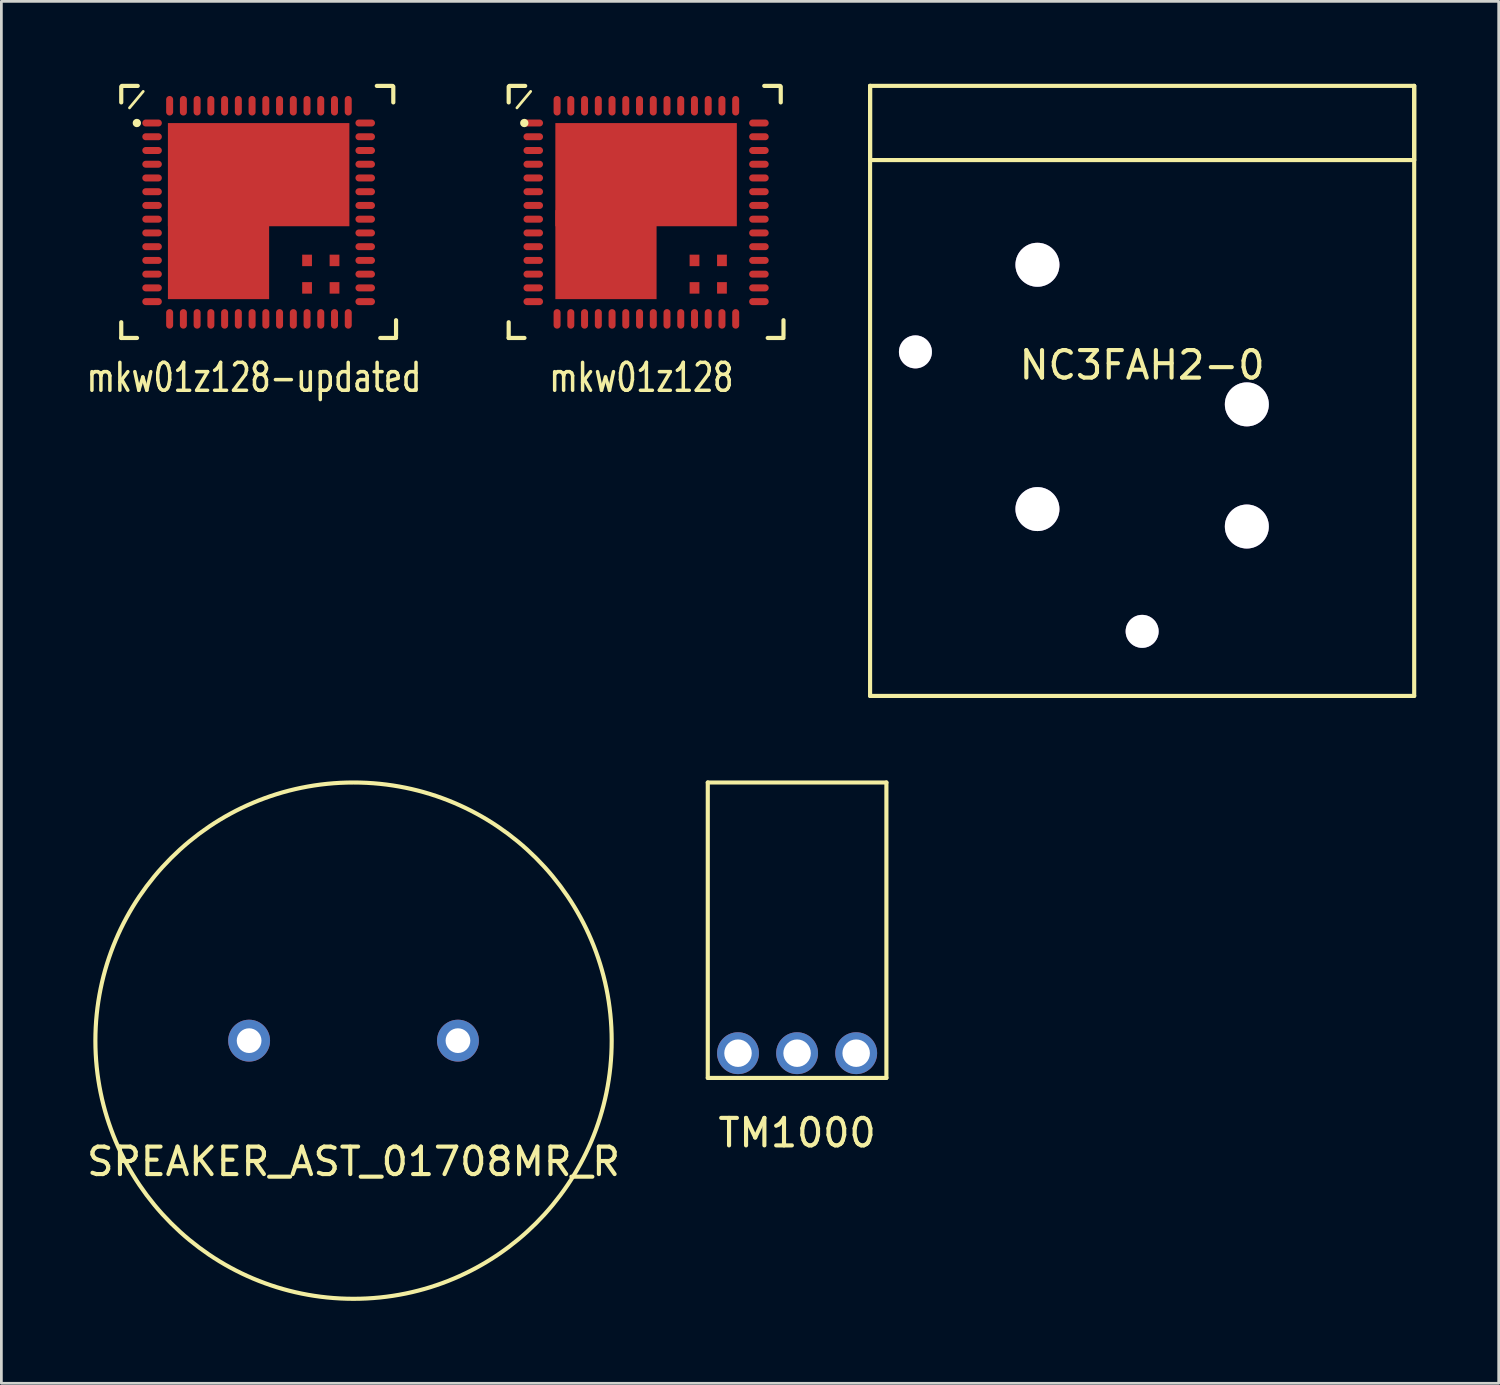
<source format=kicad_pcb>
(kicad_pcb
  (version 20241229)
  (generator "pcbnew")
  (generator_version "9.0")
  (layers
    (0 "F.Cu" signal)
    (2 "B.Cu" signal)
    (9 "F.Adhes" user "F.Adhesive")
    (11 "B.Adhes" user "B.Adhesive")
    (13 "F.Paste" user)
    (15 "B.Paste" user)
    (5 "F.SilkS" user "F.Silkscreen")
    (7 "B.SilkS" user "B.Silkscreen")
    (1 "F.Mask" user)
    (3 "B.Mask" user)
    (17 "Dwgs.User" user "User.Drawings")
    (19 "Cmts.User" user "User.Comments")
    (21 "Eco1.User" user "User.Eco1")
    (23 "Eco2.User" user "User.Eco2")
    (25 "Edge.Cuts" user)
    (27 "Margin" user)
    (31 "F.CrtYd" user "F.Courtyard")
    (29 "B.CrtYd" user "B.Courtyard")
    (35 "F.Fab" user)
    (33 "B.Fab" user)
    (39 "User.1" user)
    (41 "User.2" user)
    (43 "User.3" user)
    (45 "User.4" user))
  (footprint "NC3FAH2-0"
    (layer "F.Cu")
    (at 38.512 2.775)
    (property "Reference" "NC3FAH2-0" (at 0 7.46 0) (layer "F.SilkS") (effects (font (size 1 1) (thickness 0.15))))
    (attr through_hole)
    (fp_line (start -9.9 -2.7) (end -9.9 0) (stroke (width 0.15) (type solid)) (layer "F.SilkS"))
    (fp_line (start -9.9 -2.7) (end -9.9 19.5) (stroke (width 0.15) (type solid)) (layer "F.SilkS"))
    (fp_line (start -9.9 -2.7) (end 9.9 -2.7) (stroke (width 0.15) (type solid)) (layer "F.SilkS"))
    (fp_line (start -9.9 0) (end 9.9 0) (stroke (width 0.15) (type solid)) (layer "F.SilkS"))
    (fp_line (start -9.9 19.5) (end 9.9 19.5) (stroke (width 0.15) (type solid)) (layer "F.SilkS"))
    (fp_line (start 9.9 -2.7) (end 9.9 0) (stroke (width 0.15) (type solid)) (layer "F.SilkS"))
    (fp_line (start 9.9 -2.7) (end 9.9 19.5) (stroke (width 0.15) (type solid)) (layer "F.SilkS"))
    (pad "" thru_hole circle (at -3.81 3.81) (size 1.6 1.6) (drill 1.6) (layers "*.Cu" "*.Mask"))
    (pad "" thru_hole circle (at 3.81 8.89) (size 1.6 1.6) (drill 1.6) (layers "*.Cu" "*.Mask"))
    (pad "1" thru_hole circle (at -3.81 12.7) (size 1.6 1.6) (drill 1.6) (layers "*.Cu" "*.Mask"))
    (pad "2" thru_hole circle (at 3.81 13.335) (size 1.6 1.6) (drill 1.6) (layers "*.Cu" "*.Mask"))
    (pad "3" thru_hole circle (at 0 17.15) (size 1.2 1.2) (drill 1.2) (layers "*.Cu" "*.Mask"))
    (pad "G" thru_hole circle (at -8.25 6.98) (size 1.2 1.2) (drill 1.2) (layers "*.Cu" "*.Mask")))
  (footprint "TM1000"
    (layer "F.Cu")
    (at 25.956 35.275)
    (property "Reference" "TM1000" (at 0 2.9 0) (layer "F.SilkS") (effects (font (size 1 1) (thickness 0.15))))
    (attr through_hole)
    (fp_line (start -3.25 -9.85) (end 3.25 -9.85) (stroke (width 0.15) (type solid)) (layer "F.SilkS"))
    (fp_line (start -3.25 0.9) (end -3.25 -9.85) (stroke (width 0.15) (type solid)) (layer "F.SilkS"))
    (fp_line (start -3.25 0.9) (end 3.25 0.9) (stroke (width 0.15) (type solid)) (layer "F.SilkS"))
    (fp_line (start 3.25 0.9) (end 3.25 -9.85) (stroke (width 0.15) (type solid)) (layer "F.SilkS"))
    (pad "1" thru_hole circle (at -2.15 0) (size 1.524 1.524) (drill 1) (layers "*.Cu" "*.Mask"))
    (pad "2" thru_hole circle (at 0 0) (size 1.524 1.524) (drill 1) (layers "*.Cu" "*.Mask"))
    (pad "3" thru_hole circle (at 2.15 0) (size 1.524 1.524) (drill 1) (layers "*.Cu" "*.Mask")))
  (footprint "mkw01z128-updated"
    (layer "F.Cu")
    (at 6.362 4.676)
    (property "Reference" "mkw01z128-updated" (at -0.17 6.012 0) (layer "F.SilkS") (effects (font (size 1.016 0.762) (thickness 0.127))))
    (attr through_hole)
    (fp_line (start -5 -4) (end -5 -4.574) (stroke (width 0.152) (type solid)) (layer "F.SilkS"))
    (fp_line (start -5 4) (end -5 4.574) (stroke (width 0.152) (type solid)) (layer "F.SilkS"))
    (fp_line (start -5 4.572) (end -4.426 4.572) (stroke (width 0.152) (type solid)) (layer "F.SilkS"))
    (fp_line (start -4.4 -4.6) (end -4.974 -4.6) (stroke (width 0.152) (type solid)) (layer "F.SilkS"))
    (fp_line (start -4.2 -4.4) (end -4.7 -3.8) (stroke (width 0.1) (type solid)) (layer "F.SilkS"))
    (fp_line (start 4.426 4.572) (end 5 4.572) (stroke (width 0.152) (type solid)) (layer "F.SilkS"))
    (fp_line (start 4.874 -4.6) (end 4.3 -4.6) (stroke (width 0.152) (type solid)) (layer "F.SilkS"))
    (fp_line (start 4.9 -4) (end 4.9 -4.574) (stroke (width 0.152) (type solid)) (layer "F.SilkS"))
    (fp_line (start 5 4.5) (end 5 3.926) (stroke (width 0.152) (type solid)) (layer "F.SilkS"))
    (fp_arc (start -4.508246 -3.24993) (mid -4.355846 -3.24993) (end -4.508246 -3.24993) (stroke (width 0.1524) (type solid)) (layer "F.SilkS"))
    (pad "" smd rect (at -2.181 0.645) (size 1.024 1.024) (layers "F.Paste"))
    (pad "" smd rect (at -2.181 2.029) (size 1.024 1.024) (layers "F.Paste"))
    (pad "" smd rect (at -1.46 1.54) (size 3.683 3.239) (layers "F.Cu"))
    (pad "" smd rect (at -0.796 0.645) (size 1.024 1.024) (layers "F.Paste"))
    (pad "" smd rect (at -0.796 2.029) (size 1.024 1.024) (layers "F.Paste"))
    (pad "" smd rect (at 0 -1.37) (size 6.604 3.754) (layers "F.Cu"))
    (pad "" smd rect (at 0.761 -2.286) (size 0.925 0.925) (layers "F.Paste"))
    (pad "" smd rect (at 0.761 -0.762) (size 0.925 0.925) (layers "F.Paste"))
    (pad "" smd rect (at 2.148 -2.286) (size 0.925 0.925) (layers "F.Paste"))
    (pad "" smd rect (at 2.148 -0.762) (size 0.925 0.925) (layers "F.Paste"))
    (pad "1" smd oval (at -3.878 -3.25) (size 0.711 0.254) (layers "F.Cu" "F.Mask" "F.Paste"))
    (pad "2" smd oval (at -3.878 -2.75) (size 0.711 0.254) (layers "F.Cu" "F.Mask" "F.Paste"))
    (pad "3" smd oval (at -3.878 -2.25) (size 0.711 0.254) (layers "F.Cu" "F.Mask" "F.Paste"))
    (pad "4" smd oval (at -3.878 -1.75) (size 0.711 0.254) (layers "F.Cu" "F.Mask" "F.Paste"))
    (pad "5" smd oval (at -3.878 -1.25) (size 0.711 0.254) (layers "F.Cu" "F.Mask" "F.Paste"))
    (pad "6" smd oval (at -3.878 -0.75) (size 0.711 0.254) (layers "F.Cu" "F.Mask" "F.Paste"))
    (pad "7" smd oval (at -3.878 -0.25) (size 0.711 0.254) (layers "F.Cu" "F.Mask" "F.Paste"))
    (pad "8" smd oval (at -3.878 0.25) (size 0.711 0.254) (layers "F.Cu" "F.Mask" "F.Paste"))
    (pad "9" smd oval (at -3.878 0.75) (size 0.711 0.254) (layers "F.Cu" "F.Mask" "F.Paste"))
    (pad "10" smd oval (at -3.878 1.25) (size 0.711 0.254) (layers "F.Cu" "F.Mask" "F.Paste"))
    (pad "11" smd oval (at -3.878 1.75) (size 0.711 0.254) (layers "F.Cu" "F.Mask" "F.Paste"))
    (pad "12" smd oval (at -3.878 2.25) (size 0.711 0.254) (layers "F.Cu" "F.Mask" "F.Paste"))
    (pad "13" smd oval (at -3.878 2.75) (size 0.711 0.254) (layers "F.Cu" "F.Mask" "F.Paste"))
    (pad "14" smd oval (at -3.878 3.25) (size 0.711 0.254) (layers "F.Cu" "F.Mask" "F.Paste"))
    (pad "15" smd oval (at -3.239 3.878) (size 0.254 0.711) (layers "F.Cu" "F.Mask" "F.Paste"))
    (pad "16" smd oval (at -2.739 3.878) (size 0.254 0.711) (layers "F.Cu" "F.Mask" "F.Paste"))
    (pad "17" smd oval (at -2.239 3.878) (size 0.254 0.711) (layers "F.Cu" "F.Mask" "F.Paste"))
    (pad "18" smd oval (at -1.738 3.878) (size 0.254 0.711) (layers "F.Cu" "F.Mask" "F.Paste"))
    (pad "19" smd oval (at -1.238 3.878) (size 0.254 0.711) (layers "F.Cu" "F.Mask" "F.Paste"))
    (pad "20" smd oval (at -0.739 3.878) (size 0.254 0.711) (layers "F.Cu" "F.Mask" "F.Paste"))
    (pad "21" smd oval (at -0.238 3.878) (size 0.254 0.711) (layers "F.Cu" "F.Mask" "F.Paste"))
    (pad "22" smd oval (at 0.262 3.878) (size 0.254 0.711) (layers "F.Cu" "F.Mask" "F.Paste"))
    (pad "23" smd oval (at 0.761 3.878) (size 0.254 0.711) (layers "F.Cu" "F.Mask" "F.Paste"))
    (pad "24" smd oval (at 1.262 3.878) (size 0.254 0.711) (layers "F.Cu" "F.Mask" "F.Paste"))
    (pad "25" smd oval (at 1.762 3.878) (size 0.254 0.711) (layers "F.Cu" "F.Mask" "F.Paste"))
    (pad "26" smd oval (at 2.261 3.878) (size 0.254 0.711) (layers "F.Cu" "F.Mask" "F.Paste"))
    (pad "27" smd oval (at 2.761 3.878) (size 0.254 0.711) (layers "F.Cu" "F.Mask" "F.Paste"))
    (pad "28" smd oval (at 3.261 3.878) (size 0.254 0.711) (layers "F.Cu" "F.Mask" "F.Paste"))
    (pad "29" smd oval (at 3.878 3.25) (size 0.711 0.254) (layers "F.Cu" "F.Mask" "F.Paste"))
    (pad "30" smd oval (at 3.878 2.75) (size 0.711 0.254) (layers "F.Cu" "F.Mask" "F.Paste"))
    (pad "31" smd oval (at 3.878 2.25) (size 0.711 0.254) (layers "F.Cu" "F.Mask" "F.Paste"))
    (pad "32" smd oval (at 3.878 1.75) (size 0.711 0.254) (layers "F.Cu" "F.Mask" "F.Paste"))
    (pad "33" smd oval (at 3.878 1.25) (size 0.711 0.254) (layers "F.Cu" "F.Mask" "F.Paste"))
    (pad "34" smd oval (at 3.878 0.75) (size 0.711 0.254) (layers "F.Cu" "F.Mask" "F.Paste"))
    (pad "35" smd oval (at 3.878 0.25) (size 0.711 0.254) (layers "F.Cu" "F.Mask" "F.Paste"))
    (pad "36" smd oval (at 3.878 -0.25) (size 0.711 0.254) (layers "F.Cu" "F.Mask" "F.Paste"))
    (pad "37" smd oval (at 3.878 -0.75) (size 0.711 0.254) (layers "F.Cu" "F.Mask" "F.Paste"))
    (pad "38" smd oval (at 3.878 -1.25) (size 0.711 0.254) (layers "F.Cu" "F.Mask" "F.Paste"))
    (pad "39" smd oval (at 3.878 -1.75) (size 0.711 0.254) (layers "F.Cu" "F.Mask" "F.Paste"))
    (pad "40" smd oval (at 3.878 -2.25) (size 0.711 0.254) (layers "F.Cu" "F.Mask" "F.Paste"))
    (pad "41" smd oval (at 3.878 -2.75) (size 0.711 0.254) (layers "F.Cu" "F.Mask" "F.Paste"))
    (pad "42" smd oval (at 3.878 -3.25) (size 0.711 0.254) (layers "F.Cu" "F.Mask" "F.Paste"))
    (pad "43" smd oval (at 3.26 -3.878) (size 0.254 0.711) (layers "F.Cu" "F.Mask" "F.Paste"))
    (pad "44" smd oval (at 2.76 -3.878) (size 0.254 0.711) (layers "F.Cu" "F.Mask" "F.Paste"))
    (pad "45" smd oval (at 2.26 -3.878) (size 0.254 0.711) (layers "F.Cu" "F.Mask" "F.Paste"))
    (pad "46" smd oval (at 1.76 -3.878) (size 0.254 0.711) (layers "F.Cu" "F.Mask" "F.Paste"))
    (pad "47" smd oval (at 1.261 -3.878) (size 0.254 0.711) (layers "F.Cu" "F.Mask" "F.Paste"))
    (pad "48" smd oval (at 0.761 -3.878) (size 0.254 0.711) (layers "F.Cu" "F.Mask" "F.Paste"))
    (pad "49" smd oval (at 0.261 -3.878) (size 0.254 0.711) (layers "F.Cu" "F.Mask" "F.Paste"))
    (pad "50" smd oval (at -0.239 -3.878) (size 0.254 0.711) (layers "F.Cu" "F.Mask" "F.Paste"))
    (pad "51" smd oval (at -0.739 -3.878) (size 0.254 0.711) (layers "F.Cu" "F.Mask" "F.Paste"))
    (pad "52" smd oval (at -1.239 -3.878) (size 0.254 0.711) (layers "F.Cu" "F.Mask" "F.Paste"))
    (pad "53" smd oval (at -1.739 -3.878) (size 0.254 0.711) (layers "F.Cu" "F.Mask" "F.Paste"))
    (pad "54" smd oval (at -2.239 -3.878) (size 0.254 0.711) (layers "F.Cu" "F.Mask" "F.Paste"))
    (pad "55" smd oval (at -2.739 -3.878) (size 0.254 0.711) (layers "F.Cu" "F.Mask" "F.Paste"))
    (pad "56" smd oval (at -3.239 -3.878) (size 0.254 0.711) (layers "F.Cu" "F.Mask" "F.Paste"))
    (pad "57" smd rect (at 1.762 1.75) (size 0.356 0.418) (layers "F.Cu" "F.Mask" "F.Paste"))
    (pad "58" smd rect (at 2.761 1.75) (size 0.356 0.418) (layers "F.Cu" "F.Mask" "F.Paste"))
    (pad "59" smd rect (at 1.762 2.75) (size 0.356 0.418) (layers "F.Cu" "F.Mask" "F.Paste"))
    (pad "60" smd rect (at 2.761 2.75) (size 0.356 0.418) (layers "F.Cu" "F.Mask" "F.Paste"))
    (pad "61" smd rect (at -1.5 1.418) (size 2.87 2.87) (layers "F.Cu" "F.Mask"))
    (pad "62" smd rect (at 1.45 -1.55) (size 2.72 2.72) (layers "F.Cu" "F.Mask")))
  (footprint "SPEAKER_AST_01708MR_R"
    (layer "F.Cu")
    (at 9.815 34.819)
    (property "Reference" "SPEAKER_AST_01708MR_R" (at 0 4.4 0) (layer "F.SilkS") (effects (font (size 1 1) (thickness 0.15))))
    (attr through_hole)
    (fp_circle (center 0 0) (end 8.5 4) (stroke (width 0.15) (type solid)) (fill no) (layer "F.SilkS"))
    (pad "1" thru_hole circle (at -3.8 0) (size 1.524 1.524) (drill 0.9) (layers "*.Cu" "*.Mask"))
    (pad "2" thru_hole circle (at 3.8 0) (size 1.524 1.524) (drill 0.9) (layers "*.Cu" "*.Mask")))
  (footprint "mkw01z128"
    (layer "F.Cu")
    (at 20.461 4.676)
    (property "Reference" "mkw01z128" (at -0.17 6.012 0) (layer "F.SilkS") (effects (font (size 1.016 0.762) (thickness 0.127))))
    (attr through_hole)
    (fp_line (start -5 -4) (end -5 -4.574) (stroke (width 0.152) (type solid)) (layer "F.SilkS"))
    (fp_line (start -5 4) (end -5 4.574) (stroke (width 0.152) (type solid)) (layer "F.SilkS"))
    (fp_line (start -5 4.572) (end -4.426 4.572) (stroke (width 0.152) (type solid)) (layer "F.SilkS"))
    (fp_line (start -4.4 -4.6) (end -4.974 -4.6) (stroke (width 0.152) (type solid)) (layer "F.SilkS"))
    (fp_line (start -4.2 -4.4) (end -4.7 -3.8) (stroke (width 0.1) (type solid)) (layer "F.SilkS"))
    (fp_line (start 4.426 4.572) (end 5 4.572) (stroke (width 0.152) (type solid)) (layer "F.SilkS"))
    (fp_line (start 4.874 -4.6) (end 4.3 -4.6) (stroke (width 0.152) (type solid)) (layer "F.SilkS"))
    (fp_line (start 4.9 -4) (end 4.9 -4.574) (stroke (width 0.152) (type solid)) (layer "F.SilkS"))
    (fp_line (start 5 4.5) (end 5 3.926) (stroke (width 0.152) (type solid)) (layer "F.SilkS"))
    (fp_arc (start -4.508246 -3.24993) (mid -4.355846 -3.24993) (end -4.508246 -3.24993) (stroke (width 0.1524) (type solid)) (layer "F.SilkS"))
    (pad "" smd rect (at -2.181 0.645) (size 1.024 1.024) (layers "F.Paste"))
    (pad "" smd rect (at -2.181 2.029) (size 1.024 1.024) (layers "F.Paste"))
    (pad "" smd rect (at -1.46 1.54) (size 3.683 3.239) (layers "F.Cu"))
    (pad "" smd rect (at -0.796 0.645) (size 1.024 1.024) (layers "F.Paste"))
    (pad "" smd rect (at -0.796 2.029) (size 1.024 1.024) (layers "F.Paste"))
    (pad "" smd rect (at 0 -1.37) (size 6.604 3.754) (layers "F.Cu"))
    (pad "" smd rect (at 0.761 -2.286) (size 0.925 0.925) (layers "F.Paste"))
    (pad "" smd rect (at 0.761 -0.762) (size 0.925 0.925) (layers "F.Paste"))
    (pad "" smd rect (at 2.148 -2.286) (size 0.925 0.925) (layers "F.Paste"))
    (pad "" smd rect (at 2.148 -0.762) (size 0.925 0.925) (layers "F.Paste"))
    (pad "1" smd oval (at -4.106 -3.25) (size 0.711 0.254) (layers "F.Cu" "F.Mask" "F.Paste"))
    (pad "2" smd oval (at -4.106 -2.75) (size 0.711 0.254) (layers "F.Cu" "F.Mask" "F.Paste"))
    (pad "3" smd oval (at -4.106 -2.25) (size 0.711 0.254) (layers "F.Cu" "F.Mask" "F.Paste"))
    (pad "4" smd oval (at -4.106 -1.75) (size 0.711 0.254) (layers "F.Cu" "F.Mask" "F.Paste"))
    (pad "5" smd oval (at -4.106 -1.25) (size 0.711 0.254) (layers "F.Cu" "F.Mask" "F.Paste"))
    (pad "6" smd oval (at -4.106 -0.75) (size 0.711 0.254) (layers "F.Cu" "F.Mask" "F.Paste"))
    (pad "7" smd oval (at -4.106 -0.25) (size 0.711 0.254) (layers "F.Cu" "F.Mask" "F.Paste"))
    (pad "8" smd oval (at -4.106 0.25) (size 0.711 0.254) (layers "F.Cu" "F.Mask" "F.Paste"))
    (pad "9" smd oval (at -4.106 0.75) (size 0.711 0.254) (layers "F.Cu" "F.Mask" "F.Paste"))
    (pad "10" smd oval (at -4.106 1.25) (size 0.711 0.254) (layers "F.Cu" "F.Mask" "F.Paste"))
    (pad "11" smd oval (at -4.106 1.75) (size 0.711 0.254) (layers "F.Cu" "F.Mask" "F.Paste"))
    (pad "12" smd oval (at -4.106 2.25) (size 0.711 0.254) (layers "F.Cu" "F.Mask" "F.Paste"))
    (pad "13" smd oval (at -4.106 2.75) (size 0.711 0.254) (layers "F.Cu" "F.Mask" "F.Paste"))
    (pad "14" smd oval (at -4.106 3.25) (size 0.711 0.254) (layers "F.Cu" "F.Mask" "F.Paste"))
    (pad "15" smd oval (at -3.239 3.878) (size 0.254 0.711) (layers "F.Cu" "F.Mask" "F.Paste"))
    (pad "16" smd oval (at -2.739 3.878) (size 0.254 0.711) (layers "F.Cu" "F.Mask" "F.Paste"))
    (pad "17" smd oval (at -2.239 3.878) (size 0.254 0.711) (layers "F.Cu" "F.Mask" "F.Paste"))
    (pad "18" smd oval (at -1.738 3.878) (size 0.254 0.711) (layers "F.Cu" "F.Mask" "F.Paste"))
    (pad "19" smd oval (at -1.238 3.878) (size 0.254 0.711) (layers "F.Cu" "F.Mask" "F.Paste"))
    (pad "20" smd oval (at -0.739 3.878) (size 0.254 0.711) (layers "F.Cu" "F.Mask" "F.Paste"))
    (pad "21" smd oval (at -0.238 3.878) (size 0.254 0.711) (layers "F.Cu" "F.Mask" "F.Paste"))
    (pad "22" smd oval (at 0.262 3.878) (size 0.254 0.711) (layers "F.Cu" "F.Mask" "F.Paste"))
    (pad "23" smd oval (at 0.761 3.878) (size 0.254 0.711) (layers "F.Cu" "F.Mask" "F.Paste"))
    (pad "24" smd oval (at 1.262 3.878) (size 0.254 0.711) (layers "F.Cu" "F.Mask" "F.Paste"))
    (pad "25" smd oval (at 1.762 3.878) (size 0.254 0.711) (layers "F.Cu" "F.Mask" "F.Paste"))
    (pad "26" smd oval (at 2.261 3.878) (size 0.254 0.711) (layers "F.Cu" "F.Mask" "F.Paste"))
    (pad "27" smd oval (at 2.761 3.878) (size 0.254 0.711) (layers "F.Cu" "F.Mask" "F.Paste"))
    (pad "28" smd oval (at 3.261 3.878) (size 0.254 0.711) (layers "F.Cu" "F.Mask" "F.Paste"))
    (pad "29" smd oval (at 4.106 3.25) (size 0.711 0.254) (layers "F.Cu" "F.Mask" "F.Paste"))
    (pad "30" smd oval (at 4.106 2.75) (size 0.711 0.254) (layers "F.Cu" "F.Mask" "F.Paste"))
    (pad "31" smd oval (at 4.106 2.25) (size 0.711 0.254) (layers "F.Cu" "F.Mask" "F.Paste"))
    (pad "32" smd oval (at 4.106 1.75) (size 0.711 0.254) (layers "F.Cu" "F.Mask" "F.Paste"))
    (pad "33" smd oval (at 4.106 1.25) (size 0.711 0.254) (layers "F.Cu" "F.Mask" "F.Paste"))
    (pad "34" smd oval (at 4.106 0.75) (size 0.711 0.254) (layers "F.Cu" "F.Mask" "F.Paste"))
    (pad "35" smd oval (at 4.106 0.25) (size 0.711 0.254) (layers "F.Cu" "F.Mask" "F.Paste"))
    (pad "36" smd oval (at 4.106 -0.25) (size 0.711 0.254) (layers "F.Cu" "F.Mask" "F.Paste"))
    (pad "37" smd oval (at 4.106 -0.75) (size 0.711 0.254) (layers "F.Cu" "F.Mask" "F.Paste"))
    (pad "38" smd oval (at 4.106 -1.25) (size 0.711 0.254) (layers "F.Cu" "F.Mask" "F.Paste"))
    (pad "39" smd oval (at 4.106 -1.75) (size 0.711 0.254) (layers "F.Cu" "F.Mask" "F.Paste"))
    (pad "40" smd oval (at 4.106 -2.25) (size 0.711 0.254) (layers "F.Cu" "F.Mask" "F.Paste"))
    (pad "41" smd oval (at 4.106 -2.75) (size 0.711 0.254) (layers "F.Cu" "F.Mask" "F.Paste"))
    (pad "42" smd oval (at 4.106 -3.25) (size 0.711 0.254) (layers "F.Cu" "F.Mask" "F.Paste"))
    (pad "43" smd oval (at 3.26 -3.878) (size 0.254 0.711) (layers "F.Cu" "F.Mask" "F.Paste"))
    (pad "44" smd oval (at 2.76 -3.878) (size 0.254 0.711) (layers "F.Cu" "F.Mask" "F.Paste"))
    (pad "45" smd oval (at 2.26 -3.878) (size 0.254 0.711) (layers "F.Cu" "F.Mask" "F.Paste"))
    (pad "46" smd oval (at 1.76 -3.878) (size 0.254 0.711) (layers "F.Cu" "F.Mask" "F.Paste"))
    (pad "47" smd oval (at 1.261 -3.878) (size 0.254 0.711) (layers "F.Cu" "F.Mask" "F.Paste"))
    (pad "48" smd oval (at 0.761 -3.878) (size 0.254 0.711) (layers "F.Cu" "F.Mask" "F.Paste"))
    (pad "49" smd oval (at 0.261 -3.878) (size 0.254 0.711) (layers "F.Cu" "F.Mask" "F.Paste"))
    (pad "50" smd oval (at -0.239 -3.878) (size 0.254 0.711) (layers "F.Cu" "F.Mask" "F.Paste"))
    (pad "51" smd oval (at -0.739 -3.878) (size 0.254 0.711) (layers "F.Cu" "F.Mask" "F.Paste"))
    (pad "52" smd oval (at -1.239 -3.878) (size 0.254 0.711) (layers "F.Cu" "F.Mask" "F.Paste"))
    (pad "53" smd oval (at -1.739 -3.878) (size 0.254 0.711) (layers "F.Cu" "F.Mask" "F.Paste"))
    (pad "54" smd oval (at -2.239 -3.878) (size 0.254 0.711) (layers "F.Cu" "F.Mask" "F.Paste"))
    (pad "55" smd oval (at -2.739 -3.878) (size 0.254 0.711) (layers "F.Cu" "F.Mask" "F.Paste"))
    (pad "56" smd oval (at -3.239 -3.878) (size 0.254 0.711) (layers "F.Cu" "F.Mask" "F.Paste"))
    (pad "57" smd rect (at 1.762 1.75) (size 0.356 0.418) (layers "F.Cu" "F.Mask" "F.Paste"))
    (pad "58" smd rect (at 2.761 1.75) (size 0.356 0.418) (layers "F.Cu" "F.Mask" "F.Paste"))
    (pad "59" smd rect (at 1.762 2.75) (size 0.356 0.418) (layers "F.Cu" "F.Mask" "F.Paste"))
    (pad "60" smd rect (at 2.761 2.75) (size 0.356 0.418) (layers "F.Cu" "F.Mask" "F.Paste"))
    (pad "61" smd rect (at -1.5 1.418) (size 2.87 2.87) (layers "F.Cu" "F.Mask"))
    (pad "62" smd rect (at 1.45 -1.55) (size 2.72 2.72) (layers "F.Cu" "F.Mask")))
  (gr_rect
    (start -3 -3)
    (end 51.487 47.288)
    (stroke (width 0.1) (type default))
    (fill no)
    (layer "Edge.Cuts")))
</source>
